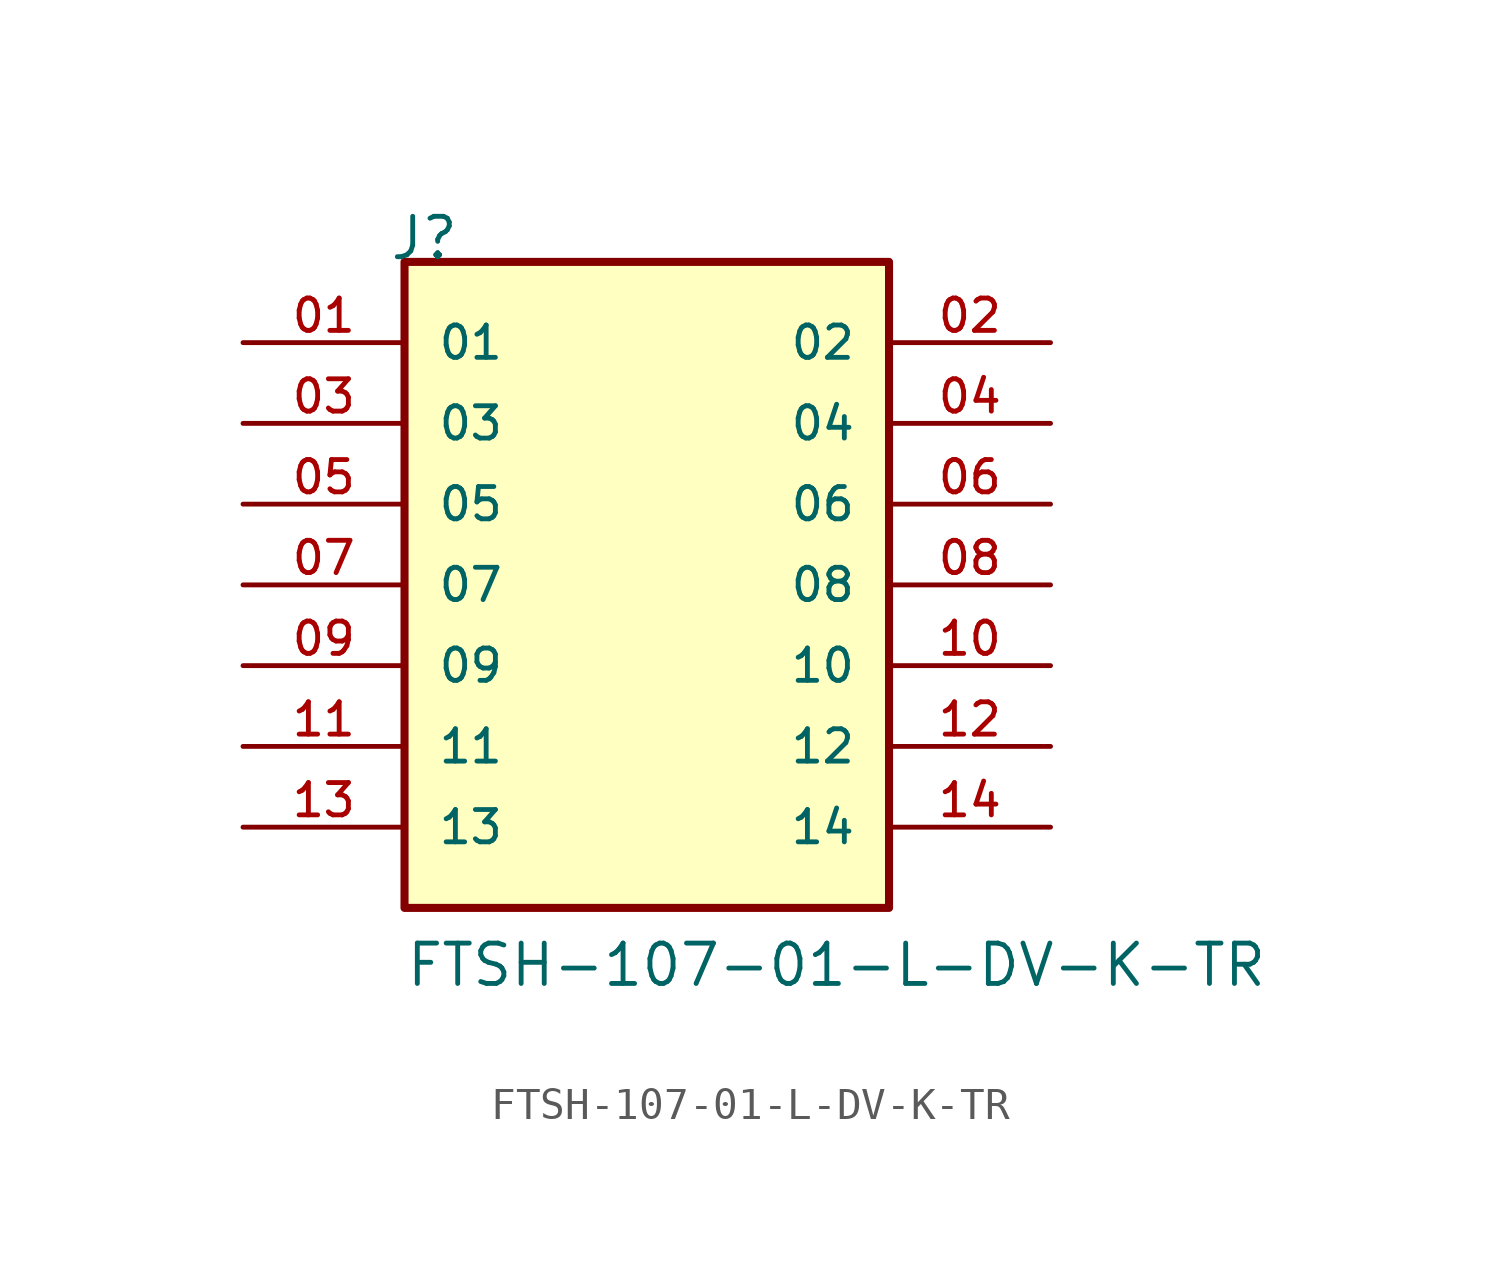
<source format=kicad_sym>
(kicad_symbol_lib
  (version 20210619)
  (generator kicad_symbol_editor)
  (symbol "FTSH-107-01-L-DV-K-TR"
    (pin_names
      (offset 1.016))
    (property "Reference" "J"
      (at -8.128 10.16 0)
      (effects (font (size 1.27 1.27)) (justify left bottom)))
    (property "Value" "FTSH-107-01-L-DV-K-TR"
      (at -7.62 -12.7 0)
      (effects (font (size 1.27 1.27)) (justify left bottom)))
    (property "ki_locked" ""
      (at 0 0 0)
      (effects (font (size 1.27 1.27))))
    (symbol "FTSH-107-01-L-DV-K-TR_0_0"
      (rectangle (start -7.62 -10.16) (end 7.62 10.16) (stroke (width 0.254)) (fill (type background)))
      (pin passive line (at -12.7 7.62 0) (length 5.08) (name "01" (effects (font (size 1.016 1.016)))) (number "01" (effects (font (size 1.016 1.016)))))
      (pin passive line (at 12.7 7.62 180) (length 5.08) (name "02" (effects (font (size 1.016 1.016)))) (number "02" (effects (font (size 1.016 1.016)))))
      (pin passive line (at -12.7 5.08 0) (length 5.08) (name "03" (effects (font (size 1.016 1.016)))) (number "03" (effects (font (size 1.016 1.016)))))
      (pin passive line (at 12.7 5.08 180) (length 5.08) (name "04" (effects (font (size 1.016 1.016)))) (number "04" (effects (font (size 1.016 1.016)))))
      (pin passive line (at -12.7 2.54 0) (length 5.08) (name "05" (effects (font (size 1.016 1.016)))) (number "05" (effects (font (size 1.016 1.016)))))
      (pin passive line (at 12.7 2.54 180) (length 5.08) (name "06" (effects (font (size 1.016 1.016)))) (number "06" (effects (font (size 1.016 1.016)))))
      (pin passive line (at -12.7 0 0) (length 5.08) (name "07" (effects (font (size 1.016 1.016)))) (number "07" (effects (font (size 1.016 1.016)))))
      (pin passive line (at 12.7 0 180) (length 5.08) (name "08" (effects (font (size 1.016 1.016)))) (number "08" (effects (font (size 1.016 1.016)))))
      (pin passive line (at -12.7 -2.54 0) (length 5.08) (name "09" (effects (font (size 1.016 1.016)))) (number "09" (effects (font (size 1.016 1.016)))))
      (pin passive line (at 12.7 -2.54 180) (length 5.08) (name "10" (effects (font (size 1.016 1.016)))) (number "10" (effects (font (size 1.016 1.016)))))
      (pin passive line (at -12.7 -5.08 0) (length 5.08) (name "11" (effects (font (size 1.016 1.016)))) (number "11" (effects (font (size 1.016 1.016)))))
      (pin passive line (at 12.7 -5.08 180) (length 5.08) (name "12" (effects (font (size 1.016 1.016)))) (number "12" (effects (font (size 1.016 1.016)))))
      (pin passive line (at -12.7 -7.62 0) (length 5.08) (name "13" (effects (font (size 1.016 1.016)))) (number "13" (effects (font (size 1.016 1.016)))))
      (pin passive line (at 12.7 -7.62 180) (length 5.08) (name "14" (effects (font (size 1.016 1.016)))) (number "14" (effects (font (size 1.016 1.016))))))))
</source>
